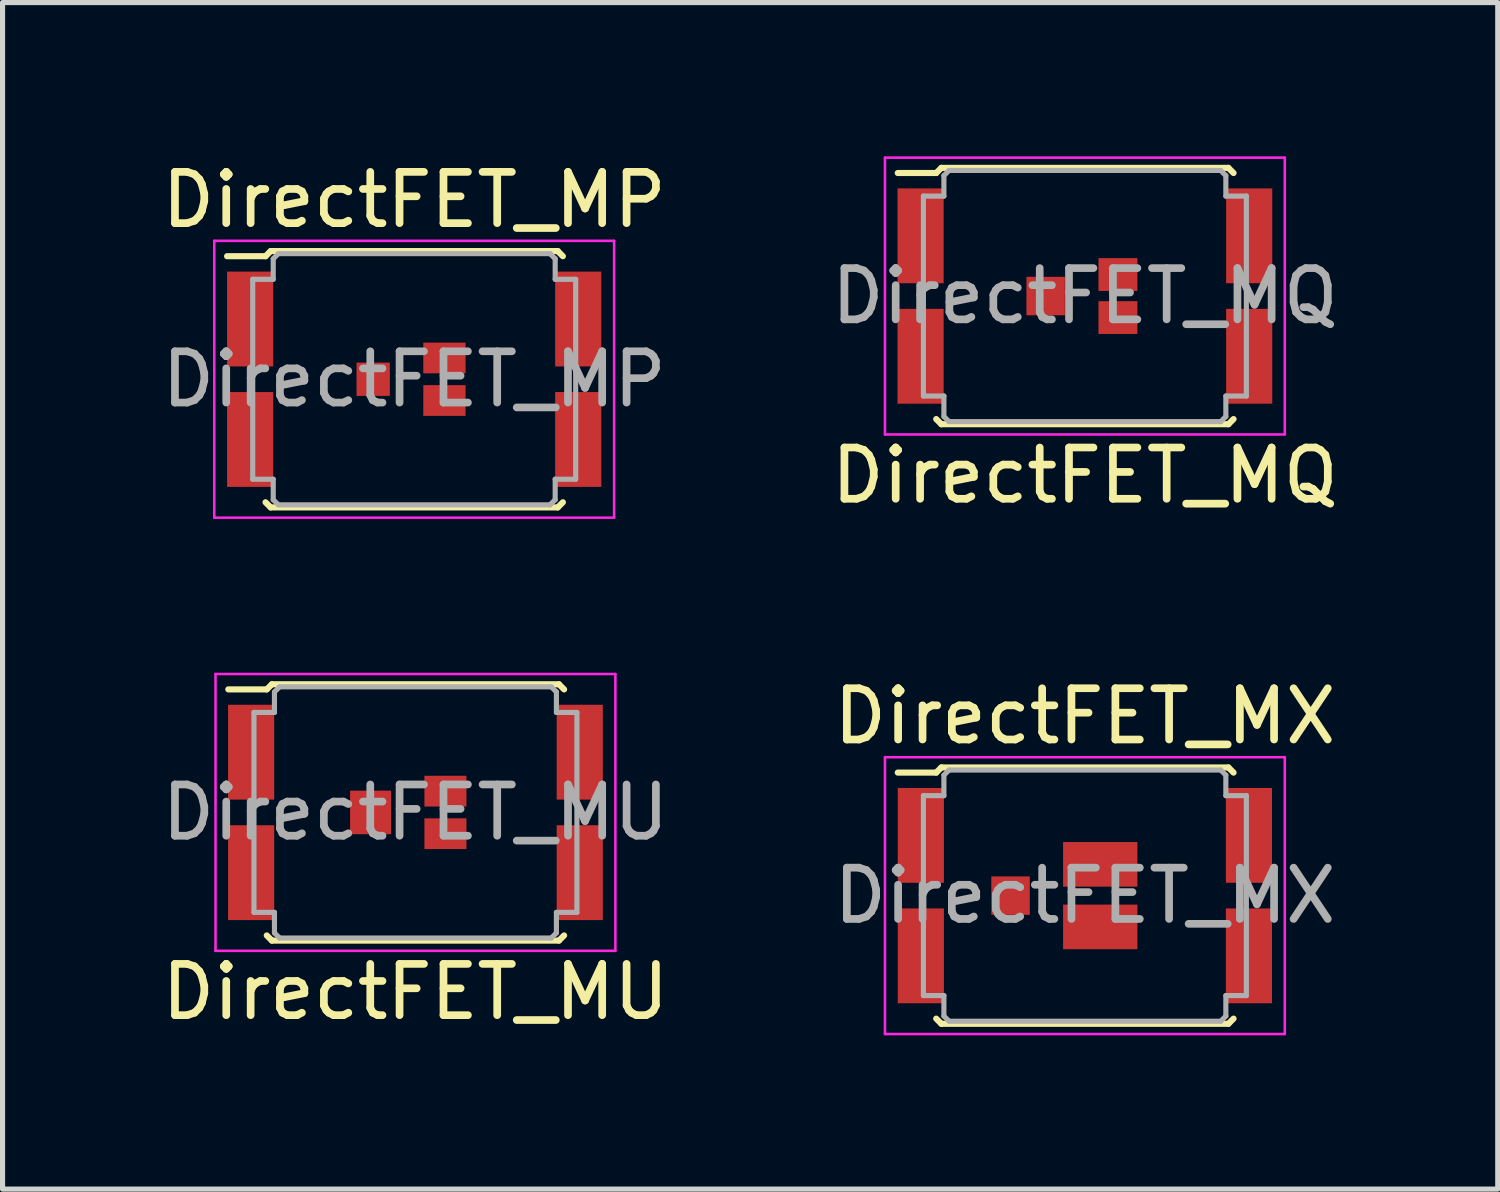
<source format=kicad_pcb>
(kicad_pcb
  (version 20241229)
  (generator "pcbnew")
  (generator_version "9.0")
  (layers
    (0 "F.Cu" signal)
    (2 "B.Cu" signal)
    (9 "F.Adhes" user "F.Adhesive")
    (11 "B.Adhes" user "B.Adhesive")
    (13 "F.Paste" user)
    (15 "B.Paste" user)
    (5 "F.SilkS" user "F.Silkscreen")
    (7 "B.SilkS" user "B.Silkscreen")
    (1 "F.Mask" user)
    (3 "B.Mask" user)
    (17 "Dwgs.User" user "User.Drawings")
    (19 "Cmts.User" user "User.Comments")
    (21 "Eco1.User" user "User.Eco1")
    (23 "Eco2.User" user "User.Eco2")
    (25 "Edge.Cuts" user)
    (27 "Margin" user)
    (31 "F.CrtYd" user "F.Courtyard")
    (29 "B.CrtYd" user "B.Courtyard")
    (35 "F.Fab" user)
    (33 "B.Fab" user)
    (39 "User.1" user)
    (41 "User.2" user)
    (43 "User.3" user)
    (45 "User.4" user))
  (footprint "DirectFET_MQ"
    (layer "F.Cu")
    (at 18.113 2.725)
    (property "Reference" "DirectFET_MQ" (at 0 3.5 0) (layer "F.SilkS") (effects (font (size 1 1) (thickness 0.15))))
    (attr smd)
    (fp_line (start -3.65 -2.4) (end -2.9 -2.4) (stroke (width 0.12) (type solid)) (layer "F.SilkS"))
    (fp_line (start -2.9 -2.4) (end -2.8 -2.5) (stroke (width 0.12) (type solid)) (layer "F.SilkS"))
    (fp_line (start -2.8 -2.5) (end 2.8 -2.5) (stroke (width 0.12) (type solid)) (layer "F.SilkS"))
    (fp_line (start -2.8 2.5) (end -2.9 2.4) (stroke (width 0.12) (type solid)) (layer "F.SilkS"))
    (fp_line (start 2.8 -2.5) (end 2.9 -2.4) (stroke (width 0.12) (type solid)) (layer "F.SilkS"))
    (fp_line (start 2.8 2.5) (end -2.8 2.5) (stroke (width 0.12) (type solid)) (layer "F.SilkS"))
    (fp_line (start 2.9 2.4) (end 2.8 2.5) (stroke (width 0.12) (type solid)) (layer "F.SilkS"))
    (fp_line (start -3.9 -2.7) (end -3.9 2.7) (stroke (width 0.05) (type solid)) (layer "F.CrtYd"))
    (fp_line (start -3.9 2.7) (end 3.9 2.7) (stroke (width 0.05) (type solid)) (layer "F.CrtYd"))
    (fp_line (start 3.9 -2.7) (end -3.9 -2.7) (stroke (width 0.05) (type solid)) (layer "F.CrtYd"))
    (fp_line (start 3.9 2.7) (end 3.9 -2.7) (stroke (width 0.05) (type solid)) (layer "F.CrtYd"))
    (fp_line (start -3.15 -1.95) (end -2.75 -1.95) (stroke (width 0.1) (type solid)) (layer "F.Fab"))
    (fp_line (start -3.15 1.95) (end -3.15 -1.95) (stroke (width 0.1) (type solid)) (layer "F.Fab"))
    (fp_line (start -3.15 1.95) (end -2.75 1.95) (stroke (width 0.1) (type solid)) (layer "F.Fab"))
    (fp_line (start -2.75 -2.35) (end -2.65 -2.45) (stroke (width 0.1) (type solid)) (layer "F.Fab"))
    (fp_line (start -2.75 -1.95) (end -2.75 -2.35) (stroke (width 0.1) (type solid)) (layer "F.Fab"))
    (fp_line (start -2.75 1.95) (end -2.75 2.35) (stroke (width 0.1) (type solid)) (layer "F.Fab"))
    (fp_line (start -2.75 2.35) (end -2.65 2.45) (stroke (width 0.1) (type solid)) (layer "F.Fab"))
    (fp_line (start -2.65 2.45) (end 2.65 2.45) (stroke (width 0.1) (type solid)) (layer "F.Fab"))
    (fp_line (start 2.65 -2.45) (end -2.65 -2.45) (stroke (width 0.1) (type solid)) (layer "F.Fab"))
    (fp_line (start 2.65 -2.45) (end 2.75 -2.35) (stroke (width 0.1) (type solid)) (layer "F.Fab"))
    (fp_line (start 2.75 -2.35) (end 2.75 -1.95) (stroke (width 0.1) (type solid)) (layer "F.Fab"))
    (fp_line (start 2.75 -1.95) (end 3.15 -1.95) (stroke (width 0.1) (type solid)) (layer "F.Fab"))
    (fp_line (start 2.75 1.95) (end 2.75 2.35) (stroke (width 0.1) (type solid)) (layer "F.Fab"))
    (fp_line (start 2.75 2.35) (end 2.65 2.45) (stroke (width 0.1) (type solid)) (layer "F.Fab"))
    (fp_line (start 3.15 -1.95) (end 3.15 1.95) (stroke (width 0.1) (type solid)) (layer "F.Fab"))
    (fp_line (start 3.15 1.95) (end 2.75 1.95) (stroke (width 0.1) (type solid)) (layer "F.Fab"))
    (fp_text user "${REFERENCE}" (at 0 0 0) (layer "F.Fab") (effects (font (size 1 1) (thickness 0.15))))
    (pad "1" smd rect (at -3.205 -1.175) (size 0.9 1.85) (layers "F.Cu" "F.Mask" "F.Paste"))
    (pad "1" smd rect (at -3.205 1.175) (size 0.9 1.85) (layers "F.Cu" "F.Mask" "F.Paste"))
    (pad "1" smd rect (at 3.205 -1.175) (size 0.9 1.85) (layers "F.Cu" "F.Mask" "F.Paste"))
    (pad "1" smd rect (at 3.205 1.175) (size 0.9 1.85) (layers "F.Cu" "F.Mask" "F.Paste"))
    (pad "2" smd rect (at -0.765 0) (size 0.75 0.75) (layers "F.Cu" "F.Mask" "F.Paste"))
    (pad "3" smd rect (at 0.645 -0.42) (size 0.76 0.64) (layers "F.Cu" "F.Mask" "F.Paste"))
    (pad "3" smd rect (at 0.645 0.42) (size 0.76 0.64) (layers "F.Cu" "F.Mask" "F.Paste")))
  (footprint "DirectFET_MX"
    (layer "F.Cu")
    (at 18.113 14.421)
    (property "Reference" "DirectFET_MX" (at 0 -3.5 0) (layer "F.SilkS") (effects (font (size 1 1) (thickness 0.15))))
    (attr smd)
    (fp_line (start -3.65 -2.4) (end -2.9 -2.4) (stroke (width 0.12) (type solid)) (layer "F.SilkS"))
    (fp_line (start -2.9 -2.4) (end -2.8 -2.5) (stroke (width 0.12) (type solid)) (layer "F.SilkS"))
    (fp_line (start -2.8 -2.5) (end 2.8 -2.5) (stroke (width 0.12) (type solid)) (layer "F.SilkS"))
    (fp_line (start -2.8 2.5) (end -2.9 2.4) (stroke (width 0.12) (type solid)) (layer "F.SilkS"))
    (fp_line (start 2.8 -2.5) (end 2.9 -2.4) (stroke (width 0.12) (type solid)) (layer "F.SilkS"))
    (fp_line (start 2.8 2.5) (end -2.8 2.5) (stroke (width 0.12) (type solid)) (layer "F.SilkS"))
    (fp_line (start 2.9 2.4) (end 2.8 2.5) (stroke (width 0.12) (type solid)) (layer "F.SilkS"))
    (fp_line (start -3.9 -2.7) (end -3.9 2.7) (stroke (width 0.05) (type solid)) (layer "F.CrtYd"))
    (fp_line (start -3.9 2.7) (end 3.9 2.7) (stroke (width 0.05) (type solid)) (layer "F.CrtYd"))
    (fp_line (start 3.9 -2.7) (end -3.9 -2.7) (stroke (width 0.05) (type solid)) (layer "F.CrtYd"))
    (fp_line (start 3.9 2.7) (end 3.9 -2.7) (stroke (width 0.05) (type solid)) (layer "F.CrtYd"))
    (fp_line (start -3.15 -1.95) (end -2.75 -1.95) (stroke (width 0.1) (type solid)) (layer "F.Fab"))
    (fp_line (start -3.15 1.95) (end -3.15 -1.95) (stroke (width 0.1) (type solid)) (layer "F.Fab"))
    (fp_line (start -3.15 1.95) (end -2.75 1.95) (stroke (width 0.1) (type solid)) (layer "F.Fab"))
    (fp_line (start -2.75 -2.35) (end -2.65 -2.45) (stroke (width 0.1) (type solid)) (layer "F.Fab"))
    (fp_line (start -2.75 -1.95) (end -2.75 -2.35) (stroke (width 0.1) (type solid)) (layer "F.Fab"))
    (fp_line (start -2.75 1.95) (end -2.75 2.35) (stroke (width 0.1) (type solid)) (layer "F.Fab"))
    (fp_line (start -2.75 2.35) (end -2.65 2.45) (stroke (width 0.1) (type solid)) (layer "F.Fab"))
    (fp_line (start -2.65 2.45) (end 2.65 2.45) (stroke (width 0.1) (type solid)) (layer "F.Fab"))
    (fp_line (start 2.65 -2.45) (end -2.65 -2.45) (stroke (width 0.1) (type solid)) (layer "F.Fab"))
    (fp_line (start 2.65 -2.45) (end 2.75 -2.35) (stroke (width 0.1) (type solid)) (layer "F.Fab"))
    (fp_line (start 2.75 -2.35) (end 2.75 -1.95) (stroke (width 0.1) (type solid)) (layer "F.Fab"))
    (fp_line (start 2.75 -1.95) (end 3.15 -1.95) (stroke (width 0.1) (type solid)) (layer "F.Fab"))
    (fp_line (start 2.75 1.95) (end 2.75 2.35) (stroke (width 0.1) (type solid)) (layer "F.Fab"))
    (fp_line (start 2.75 2.35) (end 2.65 2.45) (stroke (width 0.1) (type solid)) (layer "F.Fab"))
    (fp_line (start 3.15 -1.95) (end 3.15 1.95) (stroke (width 0.1) (type solid)) (layer "F.Fab"))
    (fp_line (start 3.15 1.95) (end 2.75 1.95) (stroke (width 0.1) (type solid)) (layer "F.Fab"))
    (fp_text user "${REFERENCE}" (at 0 0 0) (layer "F.Fab") (effects (font (size 1 1) (thickness 0.15))))
    (pad "1" smd rect (at -3.2 -1.175) (size 0.9 1.85) (layers "F.Cu" "F.Mask" "F.Paste"))
    (pad "1" smd rect (at -3.2 1.175) (size 0.9 1.85) (layers "F.Cu" "F.Mask" "F.Paste"))
    (pad "1" smd rect (at 3.2 -1.175) (size 0.9 1.85) (layers "F.Cu" "F.Mask" "F.Paste"))
    (pad "1" smd rect (at 3.2 1.175) (size 0.9 1.85) (layers "F.Cu" "F.Mask" "F.Paste"))
    (pad "2" smd rect (at -1.45 0) (size 0.75 0.75) (layers "F.Cu" "F.Mask" "F.Paste"))
    (pad "3" smd rect (at 0.3 -0.61) (size 1.45 0.87) (layers "F.Cu" "F.Mask" "F.Paste"))
    (pad "3" smd rect (at 0.3 0.61) (size 1.45 0.87) (layers "F.Cu" "F.Mask" "F.Paste")))
  (footprint "DirectFET_MU"
    (layer "F.Cu")
    (at 5.054 12.798)
    (property "Reference" "DirectFET_MU" (at 0 3.5 0) (layer "F.SilkS") (effects (font (size 1 1) (thickness 0.15))))
    (attr smd)
    (fp_line (start -3.65 -2.4) (end -2.9 -2.4) (stroke (width 0.12) (type solid)) (layer "F.SilkS"))
    (fp_line (start -2.9 -2.4) (end -2.8 -2.5) (stroke (width 0.12) (type solid)) (layer "F.SilkS"))
    (fp_line (start -2.8 -2.5) (end 2.8 -2.5) (stroke (width 0.12) (type solid)) (layer "F.SilkS"))
    (fp_line (start -2.8 2.5) (end -2.9 2.4) (stroke (width 0.12) (type solid)) (layer "F.SilkS"))
    (fp_line (start 2.8 -2.5) (end 2.9 -2.4) (stroke (width 0.12) (type solid)) (layer "F.SilkS"))
    (fp_line (start 2.8 2.5) (end -2.8 2.5) (stroke (width 0.12) (type solid)) (layer "F.SilkS"))
    (fp_line (start 2.9 2.4) (end 2.8 2.5) (stroke (width 0.12) (type solid)) (layer "F.SilkS"))
    (fp_line (start -3.9 -2.7) (end -3.9 2.7) (stroke (width 0.05) (type solid)) (layer "F.CrtYd"))
    (fp_line (start -3.9 2.7) (end 3.9 2.7) (stroke (width 0.05) (type solid)) (layer "F.CrtYd"))
    (fp_line (start 3.9 -2.7) (end -3.9 -2.7) (stroke (width 0.05) (type solid)) (layer "F.CrtYd"))
    (fp_line (start 3.9 2.7) (end 3.9 -2.7) (stroke (width 0.05) (type solid)) (layer "F.CrtYd"))
    (fp_line (start -3.15 -1.95) (end -2.75 -1.95) (stroke (width 0.1) (type solid)) (layer "F.Fab"))
    (fp_line (start -3.15 1.95) (end -3.15 -1.95) (stroke (width 0.1) (type solid)) (layer "F.Fab"))
    (fp_line (start -3.15 1.95) (end -2.75 1.95) (stroke (width 0.1) (type solid)) (layer "F.Fab"))
    (fp_line (start -2.75 -2.35) (end -2.65 -2.45) (stroke (width 0.1) (type solid)) (layer "F.Fab"))
    (fp_line (start -2.75 -1.95) (end -2.75 -2.35) (stroke (width 0.1) (type solid)) (layer "F.Fab"))
    (fp_line (start -2.75 1.95) (end -2.75 2.35) (stroke (width 0.1) (type solid)) (layer "F.Fab"))
    (fp_line (start -2.75 2.35) (end -2.65 2.45) (stroke (width 0.1) (type solid)) (layer "F.Fab"))
    (fp_line (start -2.65 2.45) (end 2.65 2.45) (stroke (width 0.1) (type solid)) (layer "F.Fab"))
    (fp_line (start 2.65 -2.45) (end -2.65 -2.45) (stroke (width 0.1) (type solid)) (layer "F.Fab"))
    (fp_line (start 2.65 -2.45) (end 2.75 -2.35) (stroke (width 0.1) (type solid)) (layer "F.Fab"))
    (fp_line (start 2.75 -2.35) (end 2.75 -1.95) (stroke (width 0.1) (type solid)) (layer "F.Fab"))
    (fp_line (start 2.75 -1.95) (end 3.15 -1.95) (stroke (width 0.1) (type solid)) (layer "F.Fab"))
    (fp_line (start 2.75 1.95) (end 2.75 2.35) (stroke (width 0.1) (type solid)) (layer "F.Fab"))
    (fp_line (start 2.75 2.35) (end 2.65 2.45) (stroke (width 0.1) (type solid)) (layer "F.Fab"))
    (fp_line (start 3.15 -1.95) (end 3.15 1.95) (stroke (width 0.1) (type solid)) (layer "F.Fab"))
    (fp_line (start 3.15 1.95) (end 2.75 1.95) (stroke (width 0.1) (type solid)) (layer "F.Fab"))
    (fp_text user "${REFERENCE}" (at 0 0 0) (layer "F.Fab") (effects (font (size 1 1) (thickness 0.15))))
    (pad "1" smd rect (at -3.205 -1.175) (size 0.9 1.85) (layers "F.Cu" "F.Mask" "F.Paste"))
    (pad "1" smd rect (at -3.205 1.175) (size 0.9 1.85) (layers "F.Cu" "F.Mask" "F.Paste"))
    (pad "1" smd rect (at 3.205 -1.175) (size 0.9 1.85) (layers "F.Cu" "F.Mask" "F.Paste"))
    (pad "1" smd rect (at 3.205 1.175) (size 0.9 1.85) (layers "F.Cu" "F.Mask" "F.Paste"))
    (pad "2" smd rect (at -0.875 0) (size 0.8 0.85) (layers "F.Cu" "F.Mask" "F.Paste"))
    (pad "3" smd rect (at 0.585 -0.415) (size 0.82 0.6) (layers "F.Cu" "F.Mask" "F.Paste"))
    (pad "3" smd rect (at 0.585 0.415) (size 0.82 0.6) (layers "F.Cu" "F.Mask" "F.Paste")))
  (footprint "DirectFET_MP"
    (layer "F.Cu")
    (at 5.03 4.348)
    (property "Reference" "DirectFET_MP" (at 0 -3.5 0) (layer "F.SilkS") (effects (font (size 1 1) (thickness 0.15))))
    (attr smd)
    (fp_line (start -3.65 -2.4) (end -2.9 -2.4) (stroke (width 0.12) (type solid)) (layer "F.SilkS"))
    (fp_line (start -2.9 -2.4) (end -2.8 -2.5) (stroke (width 0.12) (type solid)) (layer "F.SilkS"))
    (fp_line (start -2.8 -2.5) (end 2.8 -2.5) (stroke (width 0.12) (type solid)) (layer "F.SilkS"))
    (fp_line (start -2.8 2.5) (end -2.9 2.4) (stroke (width 0.12) (type solid)) (layer "F.SilkS"))
    (fp_line (start 2.8 -2.5) (end 2.9 -2.4) (stroke (width 0.12) (type solid)) (layer "F.SilkS"))
    (fp_line (start 2.8 2.5) (end -2.8 2.5) (stroke (width 0.12) (type solid)) (layer "F.SilkS"))
    (fp_line (start 2.9 2.4) (end 2.8 2.5) (stroke (width 0.12) (type solid)) (layer "F.SilkS"))
    (fp_line (start -3.9 -2.7) (end -3.9 2.7) (stroke (width 0.05) (type solid)) (layer "F.CrtYd"))
    (fp_line (start -3.9 2.7) (end 3.9 2.7) (stroke (width 0.05) (type solid)) (layer "F.CrtYd"))
    (fp_line (start 3.9 -2.7) (end -3.9 -2.7) (stroke (width 0.05) (type solid)) (layer "F.CrtYd"))
    (fp_line (start 3.9 2.7) (end 3.9 -2.7) (stroke (width 0.05) (type solid)) (layer "F.CrtYd"))
    (fp_line (start -3.15 -1.95) (end -2.75 -1.95) (stroke (width 0.1) (type solid)) (layer "F.Fab"))
    (fp_line (start -3.15 1.95) (end -3.15 -1.95) (stroke (width 0.1) (type solid)) (layer "F.Fab"))
    (fp_line (start -3.15 1.95) (end -2.75 1.95) (stroke (width 0.1) (type solid)) (layer "F.Fab"))
    (fp_line (start -2.75 -2.35) (end -2.65 -2.45) (stroke (width 0.1) (type solid)) (layer "F.Fab"))
    (fp_line (start -2.75 -1.95) (end -2.75 -2.35) (stroke (width 0.1) (type solid)) (layer "F.Fab"))
    (fp_line (start -2.75 1.95) (end -2.75 2.35) (stroke (width 0.1) (type solid)) (layer "F.Fab"))
    (fp_line (start -2.75 2.35) (end -2.65 2.45) (stroke (width 0.1) (type solid)) (layer "F.Fab"))
    (fp_line (start -2.65 2.45) (end 2.65 2.45) (stroke (width 0.1) (type solid)) (layer "F.Fab"))
    (fp_line (start 2.65 -2.45) (end -2.65 -2.45) (stroke (width 0.1) (type solid)) (layer "F.Fab"))
    (fp_line (start 2.65 -2.45) (end 2.75 -2.35) (stroke (width 0.1) (type solid)) (layer "F.Fab"))
    (fp_line (start 2.75 -2.35) (end 2.75 -1.95) (stroke (width 0.1) (type solid)) (layer "F.Fab"))
    (fp_line (start 2.75 -1.95) (end 3.15 -1.95) (stroke (width 0.1) (type solid)) (layer "F.Fab"))
    (fp_line (start 2.75 1.95) (end 2.75 2.35) (stroke (width 0.1) (type solid)) (layer "F.Fab"))
    (fp_line (start 2.75 2.35) (end 2.65 2.45) (stroke (width 0.1) (type solid)) (layer "F.Fab"))
    (fp_line (start 3.15 -1.95) (end 3.15 1.95) (stroke (width 0.1) (type solid)) (layer "F.Fab"))
    (fp_line (start 3.15 1.95) (end 2.75 1.95) (stroke (width 0.1) (type solid)) (layer "F.Fab"))
    (fp_text user "${REFERENCE}" (at 0 0 0) (layer "F.Fab") (effects (font (size 1 1) (thickness 0.15))))
    (pad "1" smd rect (at -3.2 -1.175) (size 0.9 1.85) (layers "F.Cu" "F.Mask" "F.Paste"))
    (pad "1" smd rect (at -3.2 1.175) (size 0.9 1.85) (layers "F.Cu" "F.Mask" "F.Paste"))
    (pad "1" smd rect (at 3.2 -1.175) (size 0.9 1.85) (layers "F.Cu" "F.Mask" "F.Paste"))
    (pad "1" smd rect (at 3.2 1.175) (size 0.9 1.85) (layers "F.Cu" "F.Mask" "F.Paste"))
    (pad "2" smd rect (at -0.8 0) (size 0.65 0.65) (layers "F.Cu" "F.Mask" "F.Paste"))
    (pad "3" smd rect (at 0.59 -0.415) (size 0.825 0.6) (layers "F.Cu" "F.Mask" "F.Paste"))
    (pad "3" smd rect (at 0.59 0.415) (size 0.825 0.6) (layers "F.Cu" "F.Mask" "F.Paste")))
  (gr_rect
    (start -3 -3)
    (end 26.167 20.146)
    (stroke (width 0.1) (type default))
    (fill no)
    (layer "Edge.Cuts")))
</source>
